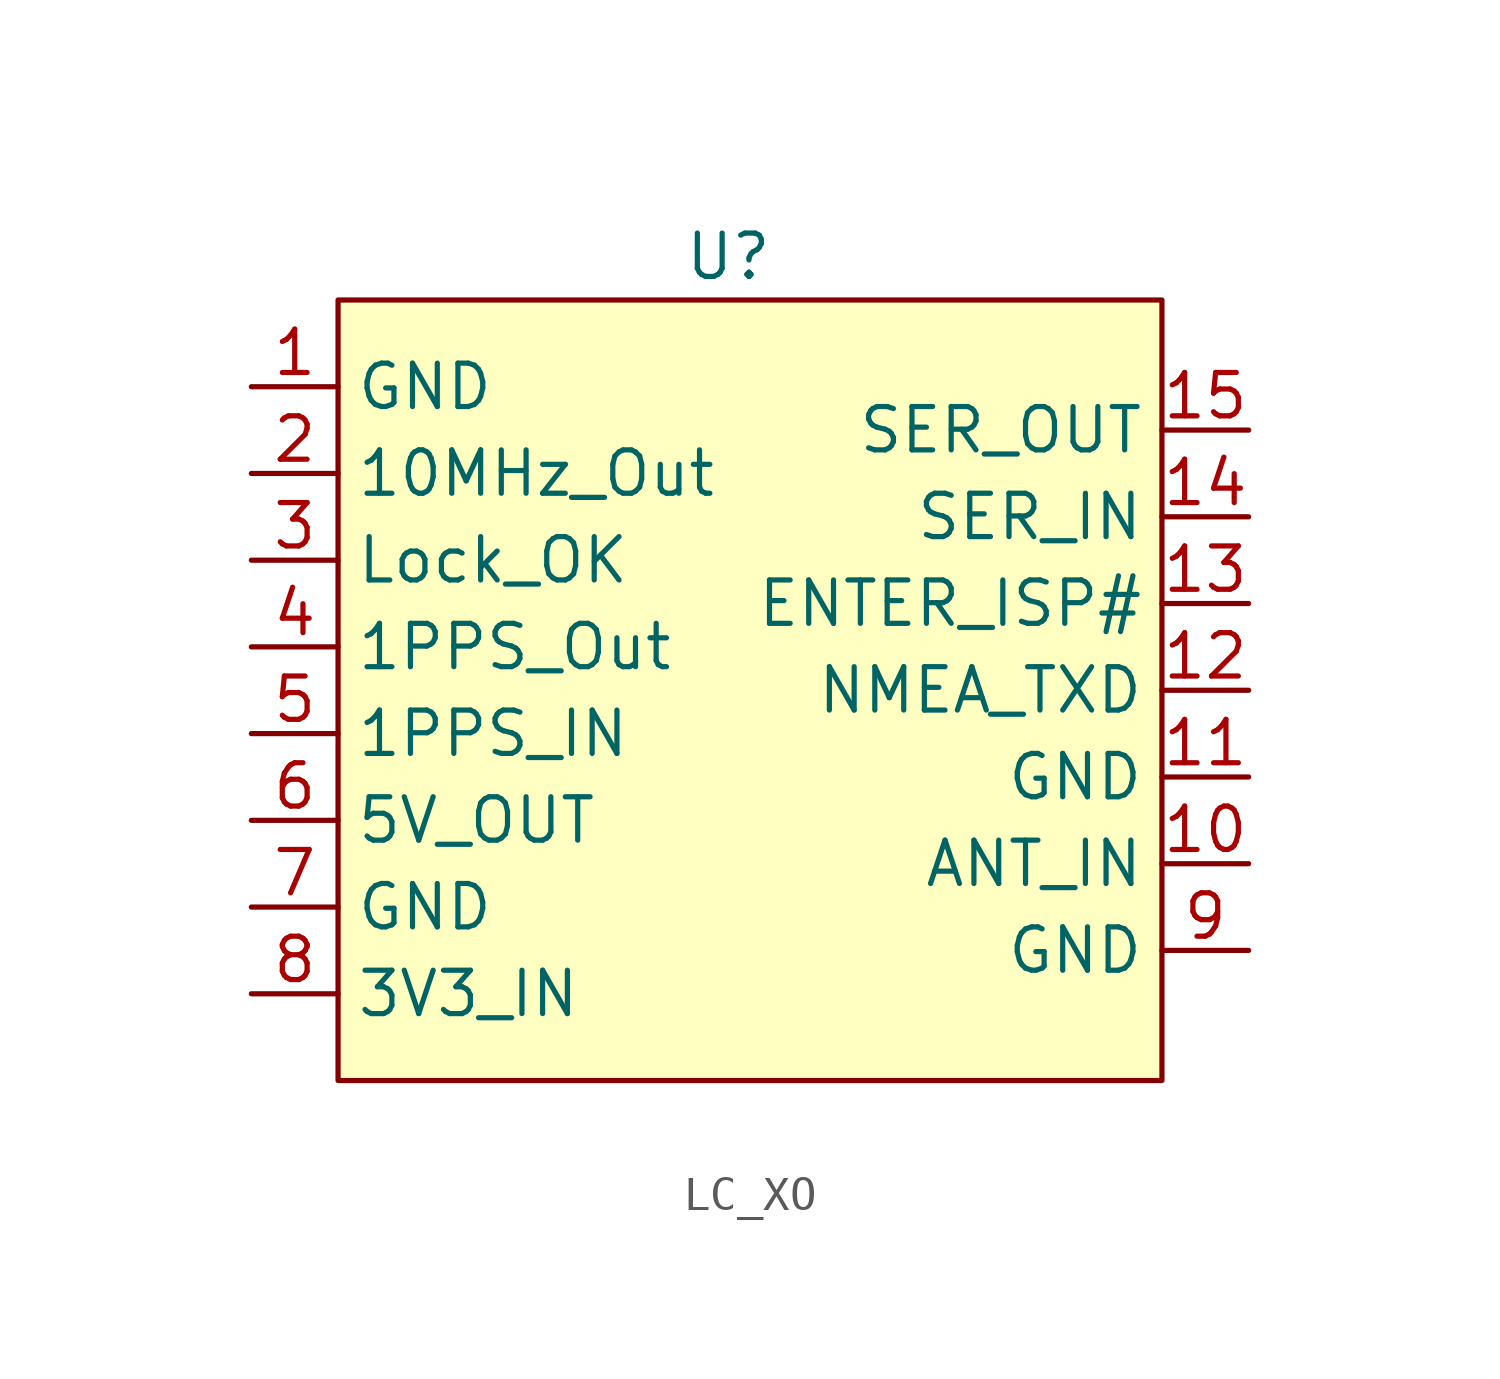
<source format=kicad_sym>
(kicad_symbol_lib
  (version 20220914)
  (generator kicad_symbol_editor)
  (symbol "LC_XO"
    (property "Reference" "U"
      (at 0 13.97 0)
      (effects (font (size 1.27 1.27))))
    (property "Value" ""
      (at 0 0 0)
      (effects (font (size 1.27 1.27))))
    (symbol "LC_XO_1_1"
      (rectangle (start -11.43 12.7) (end 12.7 -10.16) (stroke (width 0) (type default)) (fill (type background)))
      (pin passive line (at -13.97 10.16 0) (length 2.54) (name "GND" (effects (font (size 1.27 1.27)))) (number "1" (effects (font (size 1.27 1.27)))))
      (pin input line (at 15.24 -3.81 180) (length 2.54) (name "ANT_IN" (effects (font (size 1.27 1.27)))) (number "10" (effects (font (size 1.27 1.27)))))
      (pin passive line (at 15.24 -1.27 180) (length 2.54) (name "GND" (effects (font (size 1.27 1.27)))) (number "11" (effects (font (size 1.27 1.27)))))
      (pin output line (at 15.24 1.27 180) (length 2.54) (name "NMEA_TXD" (effects (font (size 1.27 1.27)))) (number "12" (effects (font (size 1.27 1.27)))))
      (pin unspecified line (at 15.24 3.81 180) (length 2.54) (name "ENTER_ISP#" (effects (font (size 1.27 1.27)))) (number "13" (effects (font (size 1.27 1.27)))))
      (pin input line (at 15.24 6.35 180) (length 2.54) (name "SER_IN" (effects (font (size 1.27 1.27)))) (number "14" (effects (font (size 1.27 1.27)))))
      (pin output line (at 15.24 8.89 180) (length 2.54) (name "SER_OUT" (effects (font (size 1.27 1.27)))) (number "15" (effects (font (size 1.27 1.27)))))
      (pin output line (at -13.97 7.62 0) (length 2.54) (name "10MHz_Out" (effects (font (size 1.27 1.27)))) (number "2" (effects (font (size 1.27 1.27)))))
      (pin output line (at -13.97 5.08 0) (length 2.54) (name "Lock_OK" (effects (font (size 1.27 1.27)))) (number "3" (effects (font (size 1.27 1.27)))))
      (pin output line (at -13.97 2.54 0) (length 2.54) (name "1PPS_Out" (effects (font (size 1.27 1.27)))) (number "4" (effects (font (size 1.27 1.27)))))
      (pin input line (at -13.97 0 0) (length 2.54) (name "1PPS_IN" (effects (font (size 1.27 1.27)))) (number "5" (effects (font (size 1.27 1.27)))))
      (pin output line (at -13.97 -2.54 0) (length 2.54) (name "5V_OUT" (effects (font (size 1.27 1.27)))) (number "6" (effects (font (size 1.27 1.27)))))
      (pin passive line (at -13.97 -5.08 0) (length 2.54) (name "GND" (effects (font (size 1.27 1.27)))) (number "7" (effects (font (size 1.27 1.27)))))
      (pin input line (at -13.97 -7.62 0) (length 2.54) (name "3V3_IN" (effects (font (size 1.27 1.27)))) (number "8" (effects (font (size 1.27 1.27)))))
      (pin passive line (at 15.24 -6.35 180) (length 2.54) (name "GND" (effects (font (size 1.27 1.27)))) (number "9" (effects (font (size 1.27 1.27))))))))
</source>
